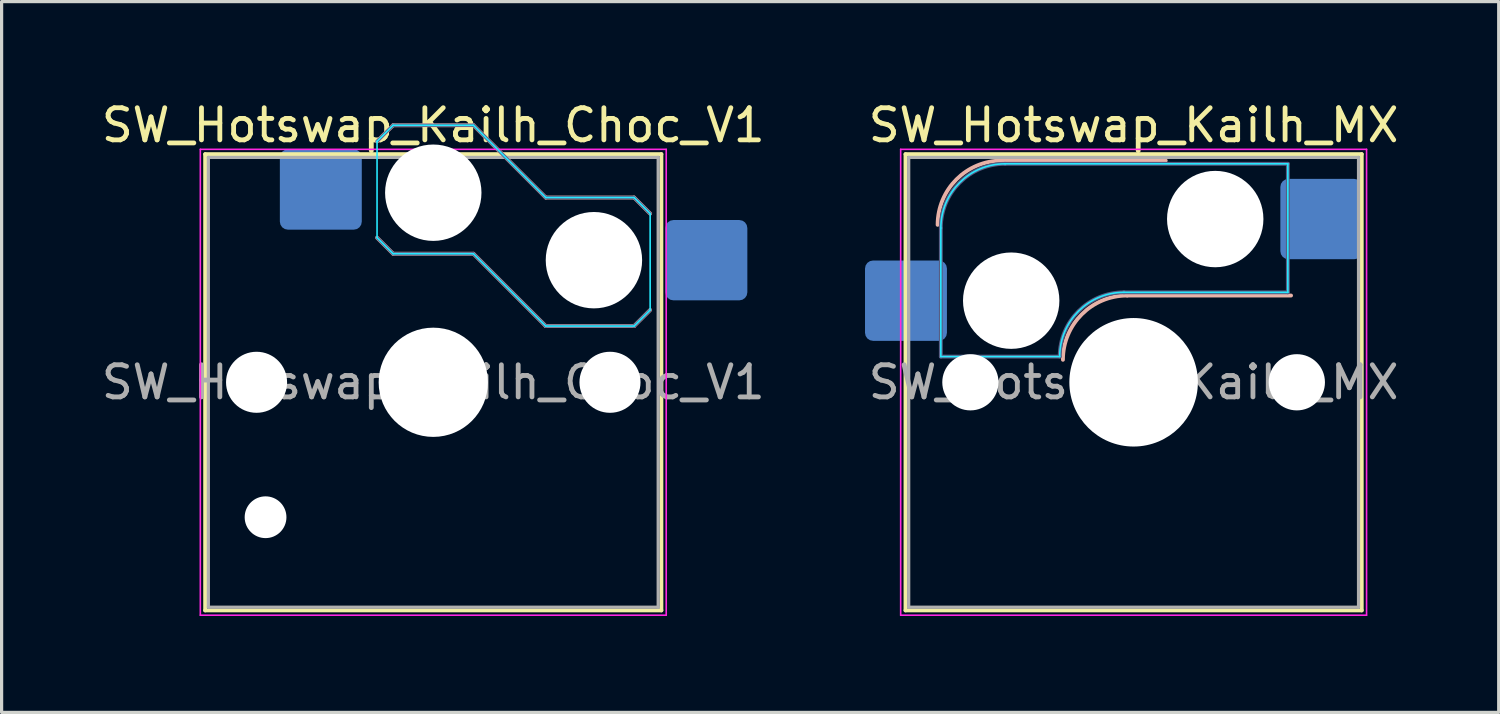
<source format=kicad_pcb>
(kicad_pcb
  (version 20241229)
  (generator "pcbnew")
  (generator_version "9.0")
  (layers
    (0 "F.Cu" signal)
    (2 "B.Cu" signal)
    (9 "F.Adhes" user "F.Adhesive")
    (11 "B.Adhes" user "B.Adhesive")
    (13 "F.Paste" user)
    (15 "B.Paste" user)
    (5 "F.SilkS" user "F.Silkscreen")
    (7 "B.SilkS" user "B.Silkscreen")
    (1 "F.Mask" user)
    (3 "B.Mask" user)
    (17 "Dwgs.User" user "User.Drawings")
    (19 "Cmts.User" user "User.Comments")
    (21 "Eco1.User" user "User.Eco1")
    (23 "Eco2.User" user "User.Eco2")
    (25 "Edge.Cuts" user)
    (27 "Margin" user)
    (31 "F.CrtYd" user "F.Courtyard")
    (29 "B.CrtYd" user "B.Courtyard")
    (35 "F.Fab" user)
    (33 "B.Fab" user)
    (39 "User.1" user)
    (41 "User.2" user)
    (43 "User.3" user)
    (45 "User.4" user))
  (footprint "SW_Hotswap_Kailh_Choc_V1"
    (layer "F.Cu")
    (at 10.435 8.848)
    (property "Reference" "SW_Hotswap_Kailh_Choc_V1" (at 0 -8 0) (layer "F.SilkS") (effects (font (size 1 1) (thickness 0.15))))
    (attr smd)
    (fp_line (start -7.1 -7.1) (end -7.1 7.1) (stroke (width 0.12) (type solid)) (layer "F.SilkS"))
    (fp_line (start -7.1 7.1) (end 7.1 7.1) (stroke (width 0.12) (type solid)) (layer "F.SilkS"))
    (fp_line (start 7.1 -7.1) (end -7.1 -7.1) (stroke (width 0.12) (type solid)) (layer "F.SilkS"))
    (fp_line (start 7.1 7.1) (end 7.1 -7.1) (stroke (width 0.12) (type solid)) (layer "F.SilkS"))
    (fp_line (start -1.75 -7.5) (end -1.25 -8) (stroke (width 0.12) (type solid)) (layer "B.SilkS"))
    (fp_line (start -1.25 -8) (end 1.25 -8) (stroke (width 0.12) (type solid)) (layer "B.SilkS"))
    (fp_line (start -1.25 -4) (end -1.75 -4.5) (stroke (width 0.12) (type solid)) (layer "B.SilkS"))
    (fp_line (start 1.25 -8) (end 3.5 -5.75) (stroke (width 0.12) (type solid)) (layer "B.SilkS"))
    (fp_line (start 1.25 -4) (end -1.25 -4) (stroke (width 0.12) (type solid)) (layer "B.SilkS"))
    (fp_line (start 3.5 -5.75) (end 6.25 -5.75) (stroke (width 0.12) (type solid)) (layer "B.SilkS"))
    (fp_line (start 3.5 -1.75) (end 1.25 -4) (stroke (width 0.12) (type solid)) (layer "B.SilkS"))
    (fp_line (start 6.25 -5.75) (end 6.75 -5.25) (stroke (width 0.12) (type solid)) (layer "B.SilkS"))
    (fp_line (start 6.25 -1.75) (end 3.5 -1.75) (stroke (width 0.12) (type solid)) (layer "B.SilkS"))
    (fp_line (start 6.75 -2.25) (end 6.25 -1.75) (stroke (width 0.12) (type solid)) (layer "B.SilkS"))
    (fp_line (start -1.75 -7.5) (end -1.25 -8) (stroke (width 0.05) (type solid)) (layer "B.CrtYd"))
    (fp_line (start -1.75 -4.5) (end -1.75 -7.5) (stroke (width 0.05) (type solid)) (layer "B.CrtYd"))
    (fp_line (start -1.25 -8) (end 1.25 -8) (stroke (width 0.05) (type solid)) (layer "B.CrtYd"))
    (fp_line (start -1.25 -4) (end -1.75 -4.5) (stroke (width 0.05) (type solid)) (layer "B.CrtYd"))
    (fp_line (start 1.25 -8) (end 3.5 -5.75) (stroke (width 0.05) (type solid)) (layer "B.CrtYd"))
    (fp_line (start 1.25 -4) (end -1.25 -4) (stroke (width 0.05) (type solid)) (layer "B.CrtYd"))
    (fp_line (start 3.5 -5.75) (end 6.25 -5.75) (stroke (width 0.05) (type solid)) (layer "B.CrtYd"))
    (fp_line (start 3.5 -1.75) (end 1.25 -4) (stroke (width 0.05) (type solid)) (layer "B.CrtYd"))
    (fp_line (start 6.25 -5.75) (end 6.75 -5.25) (stroke (width 0.05) (type solid)) (layer "B.CrtYd"))
    (fp_line (start 6.25 -1.75) (end 3.5 -1.75) (stroke (width 0.05) (type solid)) (layer "B.CrtYd"))
    (fp_line (start 6.75 -5.25) (end 6.75 -2.25) (stroke (width 0.05) (type solid)) (layer "B.CrtYd"))
    (fp_line (start 6.75 -2.25) (end 6.25 -1.75) (stroke (width 0.05) (type solid)) (layer "B.CrtYd"))
    (fp_line (start -7.25 -7.25) (end -7.25 7.25) (stroke (width 0.05) (type solid)) (layer "F.CrtYd"))
    (fp_line (start -7.25 7.25) (end 7.25 7.25) (stroke (width 0.05) (type solid)) (layer "F.CrtYd"))
    (fp_line (start 7.25 -7.25) (end -7.25 -7.25) (stroke (width 0.05) (type solid)) (layer "F.CrtYd"))
    (fp_line (start 7.25 7.25) (end 7.25 -7.25) (stroke (width 0.05) (type solid)) (layer "F.CrtYd"))
    (fp_line (start -1.75 -7.5) (end -1.25 -8) (stroke (width 0.1) (type solid)) (layer "B.Fab"))
    (fp_line (start -1.25 -8) (end 1.25 -8) (stroke (width 0.1) (type solid)) (layer "B.Fab"))
    (fp_line (start -1.25 -4) (end -1.75 -4.5) (stroke (width 0.1) (type solid)) (layer "B.Fab"))
    (fp_line (start 1.25 -8) (end 3.5 -5.75) (stroke (width 0.1) (type solid)) (layer "B.Fab"))
    (fp_line (start 1.25 -4) (end -1.25 -4) (stroke (width 0.1) (type solid)) (layer "B.Fab"))
    (fp_line (start 3.5 -5.75) (end 6.25 -5.75) (stroke (width 0.1) (type solid)) (layer "B.Fab"))
    (fp_line (start 3.5 -1.75) (end 1.25 -4) (stroke (width 0.1) (type solid)) (layer "B.Fab"))
    (fp_line (start 6.25 -5.75) (end 6.75 -5.25) (stroke (width 0.1) (type solid)) (layer "B.Fab"))
    (fp_line (start 6.25 -1.75) (end 3.5 -1.75) (stroke (width 0.1) (type solid)) (layer "B.Fab"))
    (fp_line (start 6.75 -2.25) (end 6.25 -1.75) (stroke (width 0.1) (type solid)) (layer "B.Fab"))
    (fp_line (start -7 -7) (end -7 7) (stroke (width 0.1) (type solid)) (layer "F.Fab"))
    (fp_line (start -7 7) (end 7 7) (stroke (width 0.1) (type solid)) (layer "F.Fab"))
    (fp_line (start 7 -7) (end -7 -7) (stroke (width 0.1) (type solid)) (layer "F.Fab"))
    (fp_line (start 7 7) (end 7 -7) (stroke (width 0.1) (type solid)) (layer "F.Fab"))
    (fp_text user "${REFERENCE}" (at 0 0 0) (layer "F.Fab") (effects (font (size 1 1) (thickness 0.15))))
    (pad "" np_thru_hole circle (at -5.5 0) (size 1.9 1.9) (drill 1.9) (layers "*.Cu" "*.Mask"))
    (pad "" np_thru_hole circle (at -5.22 4.2) (size 1.3 1.3) (drill 1.3) (layers "*.Cu" "*.Mask"))
    (pad "" np_thru_hole circle (at 0 -5.9) (size 3 3) (drill 3) (layers "*.Cu" "*.Mask"))
    (pad "" np_thru_hole circle (at 0 0) (size 3.4 3.4) (drill 3.4) (layers "*.Cu" "*.Mask"))
    (pad "" np_thru_hole circle (at 5 -3.8) (size 3 3) (drill 3) (layers "*.Cu" "*.Mask"))
    (pad "" np_thru_hole circle (at 5.5 0) (size 1.9 1.9) (drill 1.9) (layers "*.Cu" "*.Mask"))
    (pad "1" smd roundrect (at -3.5 -6) (size 2.55 2.5) (layers "B.Cu" "B.Mask" "B.Paste") (roundrect_rratio 0.1))
    (pad "2" smd roundrect (at 8.5 -3.8) (size 2.55 2.5) (layers "B.Cu" "B.Mask" "B.Paste") (roundrect_rratio 0.1)))
  (footprint "SW_Hotswap_Kailh_MX"
    (layer "F.Cu")
    (at 32.232 8.848)
    (property "Reference" "SW_Hotswap_Kailh_MX" (at 0 -8 0) (layer "F.SilkS") (effects (font (size 1 1) (thickness 0.15))))
    (attr smd)
    (fp_line (start -7.1 -7.1) (end -7.1 7.1) (stroke (width 0.12) (type solid)) (layer "F.SilkS"))
    (fp_line (start -7.1 7.1) (end 7.1 7.1) (stroke (width 0.12) (type solid)) (layer "F.SilkS"))
    (fp_line (start 7.1 -7.1) (end -7.1 -7.1) (stroke (width 0.12) (type solid)) (layer "F.SilkS"))
    (fp_line (start 7.1 7.1) (end 7.1 -7.1) (stroke (width 0.12) (type solid)) (layer "F.SilkS"))
    (fp_line (start -4.1 -6.9) (end 1 -6.9) (stroke (width 0.12) (type solid)) (layer "B.SilkS"))
    (fp_line (start -0.2 -2.7) (end 4.9 -2.7) (stroke (width 0.12) (type solid)) (layer "B.SilkS"))
    (fp_arc (start -6.1 -4.9) (mid -5.514214 -6.314214) (end -4.1 -6.9) (stroke (width 0.12) (type solid)) (layer "B.SilkS"))
    (fp_arc (start -2.2 -0.7) (mid -1.614214 -2.114214) (end -0.2 -2.7) (stroke (width 0.12) (type solid)) (layer "B.SilkS"))
    (fp_line (start -7.8 -6) (end -7 -6) (stroke (width 0.1) (type solid)) (layer "Eco1.User"))
    (fp_line (start -7.8 -2.9) (end -7.8 -6) (stroke (width 0.1) (type solid)) (layer "Eco1.User"))
    (fp_line (start -7.8 2.9) (end -7 2.9) (stroke (width 0.1) (type solid)) (layer "Eco1.User"))
    (fp_line (start -7.8 6) (end -7.8 2.9) (stroke (width 0.1) (type solid)) (layer "Eco1.User"))
    (fp_line (start -7 -7) (end 7 -7) (stroke (width 0.1) (type solid)) (layer "Eco1.User"))
    (fp_line (start -7 -6) (end -7 -7) (stroke (width 0.1) (type solid)) (layer "Eco1.User"))
    (fp_line (start -7 -2.9) (end -7.8 -2.9) (stroke (width 0.1) (type solid)) (layer "Eco1.User"))
    (fp_line (start -7 2.9) (end -7 -2.9) (stroke (width 0.1) (type solid)) (layer "Eco1.User"))
    (fp_line (start -7 6) (end -7.8 6) (stroke (width 0.1) (type solid)) (layer "Eco1.User"))
    (fp_line (start -7 7) (end -7 6) (stroke (width 0.1) (type solid)) (layer "Eco1.User"))
    (fp_line (start 7 -7) (end 7 -6) (stroke (width 0.1) (type solid)) (layer "Eco1.User"))
    (fp_line (start 7 -6) (end 7.8 -6) (stroke (width 0.1) (type solid)) (layer "Eco1.User"))
    (fp_line (start 7 -2.9) (end 7 2.9) (stroke (width 0.1) (type solid)) (layer "Eco1.User"))
    (fp_line (start 7 2.9) (end 7.8 2.9) (stroke (width 0.1) (type solid)) (layer "Eco1.User"))
    (fp_line (start 7 6) (end 7 7) (stroke (width 0.1) (type solid)) (layer "Eco1.User"))
    (fp_line (start 7 7) (end -7 7) (stroke (width 0.1) (type solid)) (layer "Eco1.User"))
    (fp_line (start 7.8 -6) (end 7.8 -2.9) (stroke (width 0.1) (type solid)) (layer "Eco1.User"))
    (fp_line (start 7.8 -2.9) (end 7 -2.9) (stroke (width 0.1) (type solid)) (layer "Eco1.User"))
    (fp_line (start 7.8 2.9) (end 7.8 6) (stroke (width 0.1) (type solid)) (layer "Eco1.User"))
    (fp_line (start 7.8 6) (end 7 6) (stroke (width 0.1) (type solid)) (layer "Eco1.User"))
    (fp_line (start -6 -0.8) (end -6 -4.8) (stroke (width 0.05) (type solid)) (layer "B.CrtYd"))
    (fp_line (start -6 -0.8) (end -2.3 -0.8) (stroke (width 0.05) (type solid)) (layer "B.CrtYd"))
    (fp_line (start -4 -6.8) (end 4.8 -6.8) (stroke (width 0.05) (type solid)) (layer "B.CrtYd"))
    (fp_line (start -0.3 -2.8) (end 4.8 -2.8) (stroke (width 0.05) (type solid)) (layer "B.CrtYd"))
    (fp_line (start 4.8 -6.8) (end 4.8 -2.8) (stroke (width 0.05) (type solid)) (layer "B.CrtYd"))
    (fp_arc (start -6 -4.8) (mid -5.414214 -6.214214) (end -4 -6.8) (stroke (width 0.05) (type solid)) (layer "B.CrtYd"))
    (fp_arc (start -2.3 -0.8) (mid -1.714214 -2.214214) (end -0.3 -2.8) (stroke (width 0.05) (type solid)) (layer "B.CrtYd"))
    (fp_line (start -7.25 -7.25) (end -7.25 7.25) (stroke (width 0.05) (type solid)) (layer "F.CrtYd"))
    (fp_line (start -7.25 7.25) (end 7.25 7.25) (stroke (width 0.05) (type solid)) (layer "F.CrtYd"))
    (fp_line (start 7.25 -7.25) (end -7.25 -7.25) (stroke (width 0.05) (type solid)) (layer "F.CrtYd"))
    (fp_line (start 7.25 7.25) (end 7.25 -7.25) (stroke (width 0.05) (type solid)) (layer "F.CrtYd"))
    (fp_line (start -6 -0.8) (end -6 -4.8) (stroke (width 0.12) (type solid)) (layer "B.Fab"))
    (fp_line (start -6 -0.8) (end -2.3 -0.8) (stroke (width 0.12) (type solid)) (layer "B.Fab"))
    (fp_line (start -4 -6.8) (end 4.8 -6.8) (stroke (width 0.12) (type solid)) (layer "B.Fab"))
    (fp_line (start -0.3 -2.8) (end 4.8 -2.8) (stroke (width 0.12) (type solid)) (layer "B.Fab"))
    (fp_line (start 4.8 -6.8) (end 4.8 -2.8) (stroke (width 0.12) (type solid)) (layer "B.Fab"))
    (fp_arc (start -6 -4.8) (mid -5.414214 -6.214214) (end -4 -6.8) (stroke (width 0.12) (type solid)) (layer "B.Fab"))
    (fp_arc (start -2.3 -0.8) (mid -1.714214 -2.214214) (end -0.3 -2.8) (stroke (width 0.12) (type solid)) (layer "B.Fab"))
    (fp_line (start -7 -7) (end -7 7) (stroke (width 0.1) (type solid)) (layer "F.Fab"))
    (fp_line (start -7 7) (end 7 7) (stroke (width 0.1) (type solid)) (layer "F.Fab"))
    (fp_line (start 7 -7) (end -7 -7) (stroke (width 0.1) (type solid)) (layer "F.Fab"))
    (fp_line (start 7 7) (end 7 -7) (stroke (width 0.1) (type solid)) (layer "F.Fab"))
    (fp_text user "${REFERENCE}" (at 0 0 0) (layer "F.Fab") (effects (font (size 1 1) (thickness 0.15))))
    (pad "" np_thru_hole circle (at -5.08 0) (size 1.75 1.75) (drill 1.75) (layers "*.Cu" "*.Mask"))
    (pad "" np_thru_hole circle (at -3.81 -2.54) (size 3 3) (drill 3) (layers "*.Cu" "*.Mask"))
    (pad "" np_thru_hole circle (at 0 0) (size 4 4) (drill 4) (layers "*.Cu" "*.Mask"))
    (pad "" np_thru_hole circle (at 2.54 -5.08) (size 3 3) (drill 3) (layers "*.Cu" "*.Mask"))
    (pad "" np_thru_hole circle (at 5.08 0) (size 1.75 1.75) (drill 1.75) (layers "*.Cu" "*.Mask"))
    (pad "1" smd roundrect (at -7.085 -2.54) (size 2.55 2.5) (layers "B.Cu" "B.Mask" "B.Paste") (roundrect_rratio 0.1))
    (pad "2" smd roundrect (at 5.842 -5.08) (size 2.55 2.5) (layers "B.Cu" "B.Mask" "B.Paste") (roundrect_rratio 0.1)))
  (gr_rect
    (start -3 -3)
    (end 43.595 19.123)
    (stroke (width 0.1) (type default))
    (fill no)
    (layer "Edge.Cuts")))
</source>
